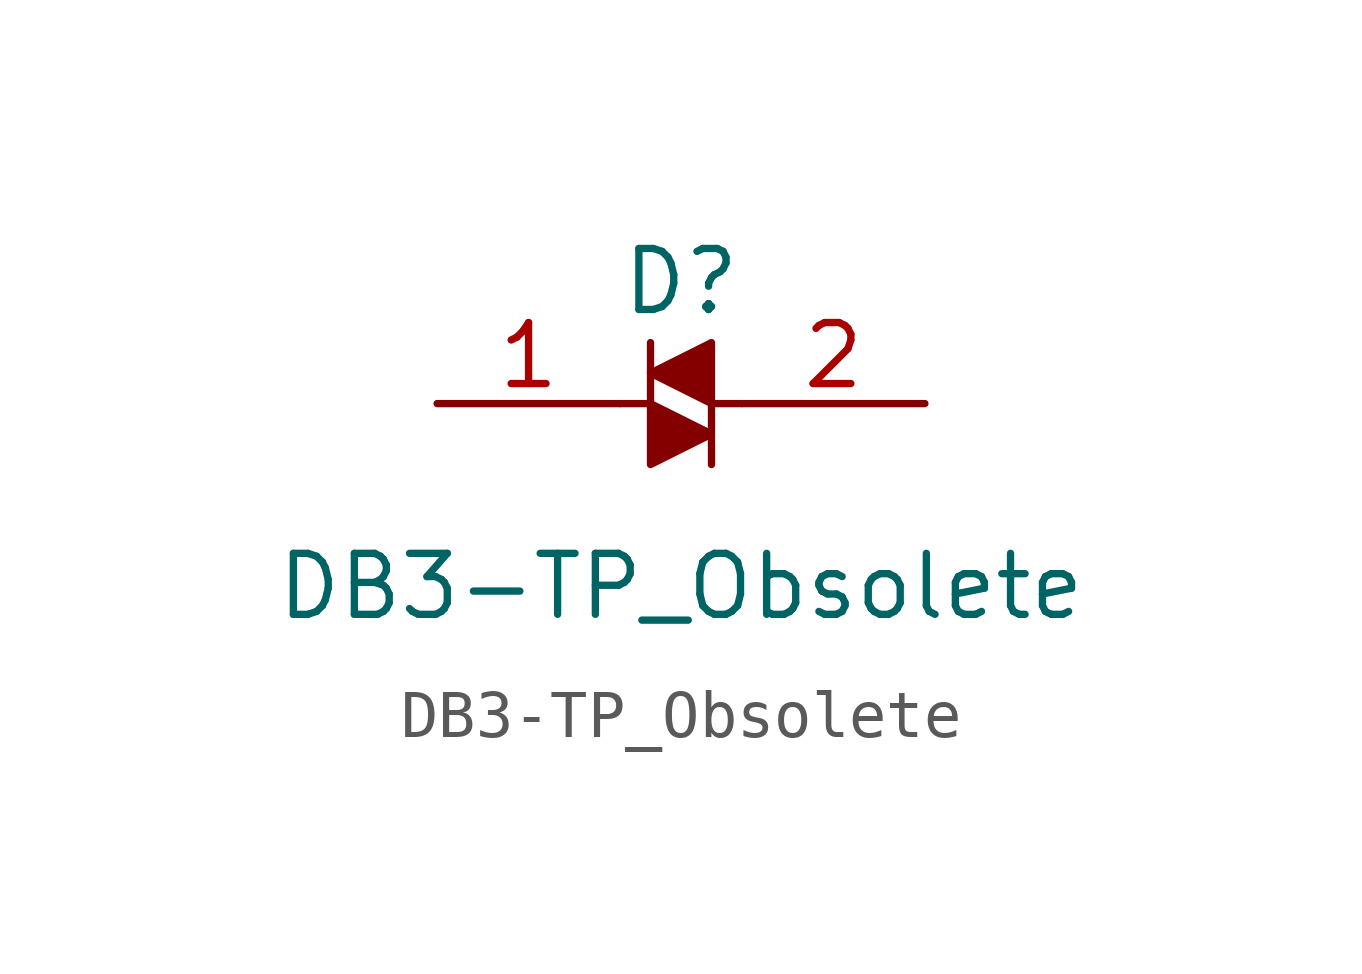
<source format=kicad_sym>
(kicad_symbol_lib
  (version 20231120)
  (generator "kicad_symbol_editor")
  (generator_version "8.0")
  (symbol "DB3-TP_Obsolete"
    (pin_names
      (offset 0))
    (property "Reference" "D"
      (at 0 2.54 0)
      (effects (font (size 1.27 1.27))))
    (property "Value" "DB3-TP_Obsolete"
      (at 0 -3.81 0)
      (effects (font (size 1.27 1.27))))
    (symbol "DB3-TP_Obsolete_0_1"
      (polyline (pts (xy -0.635 0) (xy -1.27 0)) (stroke (width 0) (type default)) (fill (type none)))
      (polyline (pts (xy -0.635 1.27) (xy -0.635 0)) (stroke (width 0) (type default)) (fill (type none)))
      (polyline (pts (xy 0.635 -1.27) (xy 0.635 0)) (stroke (width 0) (type default)) (fill (type none)))
      (polyline (pts (xy 1.27 0) (xy 0.635 0)) (stroke (width 0) (type default)) (fill (type none)))
      (polyline (pts (xy -0.635 0) (xy -0.635 -1.27) (xy 0.635 -0.635) (xy -0.635 0)) (stroke (width 0) (type default)) (fill (type outline)))
      (polyline (pts (xy -0.635 0.635) (xy 0.635 0) (xy 0.635 1.27) (xy -0.635 0.635)) (stroke (width 0) (type default)) (fill (type outline))))
    (symbol "DB3-TP_Obsolete_1_1"
      (pin passive line (at -5.08 0 0) (length 3.81) (name "~" (effects (font (size 1.27 1.27)))) (number "1" (effects (font (size 1.27 1.27)))))
      (pin passive line (at 5.08 0 180) (length 3.81) (name "~" (effects (font (size 1.27 1.27)))) (number "2" (effects (font (size 1.27 1.27))))))))
</source>
